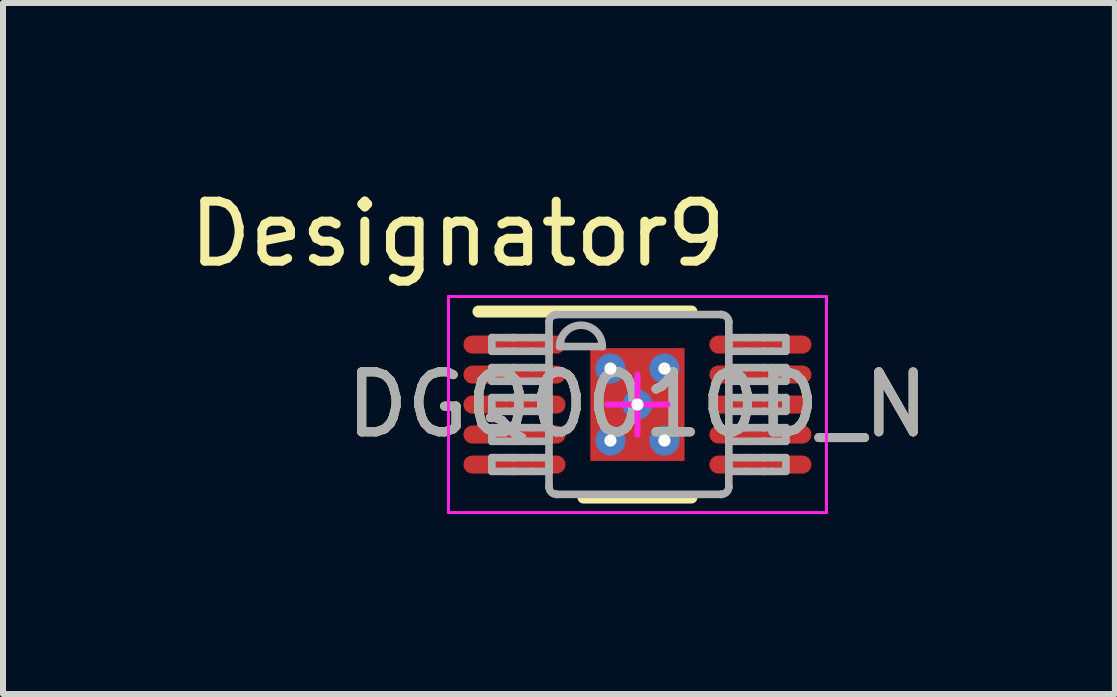
<source format=kicad_pcb>
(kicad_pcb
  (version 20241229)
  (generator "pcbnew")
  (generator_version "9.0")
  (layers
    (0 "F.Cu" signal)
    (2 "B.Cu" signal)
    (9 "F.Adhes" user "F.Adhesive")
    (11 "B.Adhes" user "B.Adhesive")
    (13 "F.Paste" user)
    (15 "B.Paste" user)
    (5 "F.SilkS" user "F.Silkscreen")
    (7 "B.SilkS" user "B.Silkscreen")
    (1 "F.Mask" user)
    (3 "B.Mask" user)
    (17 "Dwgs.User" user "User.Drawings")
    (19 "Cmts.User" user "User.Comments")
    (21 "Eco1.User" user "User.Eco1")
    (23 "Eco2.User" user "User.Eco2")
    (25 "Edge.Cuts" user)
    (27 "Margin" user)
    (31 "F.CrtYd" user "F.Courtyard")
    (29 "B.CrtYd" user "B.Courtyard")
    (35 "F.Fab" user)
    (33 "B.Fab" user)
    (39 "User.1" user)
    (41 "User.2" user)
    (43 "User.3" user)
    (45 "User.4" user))
  (footprint "DGQ0010D_N"
    (layer "F.Cu")
    (at 7.575 3.693)
    (property "Reference" "DGQ0010D_N" (at 0 0 0) (unlocked yes) (layer "F.SilkS") (effects (font (size 1 1) (thickness 0.15))))
    (attr smd)
    (fp_line (start -2.65 -1.55) (end 0.9 -1.55) (stroke (width 0.2) (type solid)) (layer "F.SilkS"))
    (fp_line (start -0.9 1.55) (end 0.9 1.55) (stroke (width 0.2) (type solid)) (layer "F.SilkS"))
    (fp_line (start -3.15 -1.8) (end 3.15 -1.8) (stroke (width 0.05) (type solid)) (layer "F.CrtYd"))
    (fp_line (start -3.15 1.8) (end -3.15 -1.8) (stroke (width 0.05) (type solid)) (layer "F.CrtYd"))
    (fp_line (start -3.15 1.8) (end 3.15 1.8) (stroke (width 0.05) (type solid)) (layer "F.CrtYd"))
    (fp_line (start -0.5 0) (end 0.5 0) (stroke (width 0.1) (type solid)) (layer "F.CrtYd"))
    (fp_line (start 0.000003 0.5) (end 0.000003 -0.5) (stroke (width 0.1) (type solid)) (layer "F.CrtYd"))
    (fp_line (start 3.15 1.8) (end 3.15 -1.8) (stroke (width 0.05) (type solid)) (layer "F.CrtYd"))
    (fp_line (start -2.427 -1.116) (end -2.187 -1.116) (stroke (width 0.127) (type solid)) (layer "F.Fab"))
    (fp_line (start -2.427 -0.888) (end -2.427 -1.116) (stroke (width 0.127) (type solid)) (layer "F.Fab"))
    (fp_line (start -2.427 -0.888) (end -2.187 -0.888) (stroke (width 0.127) (type solid)) (layer "F.Fab"))
    (fp_line (start -2.427 -0.616) (end -2.187 -0.616) (stroke (width 0.127) (type solid)) (layer "F.Fab"))
    (fp_line (start -2.427 -0.388) (end -2.427 -0.616) (stroke (width 0.127) (type solid)) (layer "F.Fab"))
    (fp_line (start -2.427 -0.388) (end -2.187 -0.388) (stroke (width 0.127) (type solid)) (layer "F.Fab"))
    (fp_line (start -2.427 -0.116) (end -2.187 -0.116) (stroke (width 0.127) (type solid)) (layer "F.Fab"))
    (fp_line (start -2.427 0.113) (end -2.427 -0.116) (stroke (width 0.127) (type solid)) (layer "F.Fab"))
    (fp_line (start -2.427 0.113) (end -2.187 0.113) (stroke (width 0.127) (type solid)) (layer "F.Fab"))
    (fp_line (start -2.427 0.385) (end -2.187 0.385) (stroke (width 0.127) (type solid)) (layer "F.Fab"))
    (fp_line (start -2.427 0.613) (end -2.427 0.385) (stroke (width 0.127) (type solid)) (layer "F.Fab"))
    (fp_line (start -2.427 0.613) (end -2.187 0.613) (stroke (width 0.127) (type solid)) (layer "F.Fab"))
    (fp_line (start -2.427 0.885) (end -2.187 0.885) (stroke (width 0.127) (type solid)) (layer "F.Fab"))
    (fp_line (start -2.427 1.114) (end -2.427 0.885) (stroke (width 0.127) (type solid)) (layer "F.Fab"))
    (fp_line (start -2.427 1.114) (end -2.187 1.114) (stroke (width 0.127) (type solid)) (layer "F.Fab"))
    (fp_line (start -2.187 -1.116) (end -2.067 -1.116) (stroke (width 0.127) (type solid)) (layer "F.Fab"))
    (fp_line (start -2.187 -0.888) (end -2.067 -0.888) (stroke (width 0.127) (type solid)) (layer "F.Fab"))
    (fp_line (start -2.187 -0.616) (end -2.067 -0.616) (stroke (width 0.127) (type solid)) (layer "F.Fab"))
    (fp_line (start -2.187 -0.388) (end -2.067 -0.388) (stroke (width 0.127) (type solid)) (layer "F.Fab"))
    (fp_line (start -2.187 -0.116) (end -2.067 -0.116) (stroke (width 0.127) (type solid)) (layer "F.Fab"))
    (fp_line (start -2.187 0.113) (end -2.067 0.113) (stroke (width 0.127) (type solid)) (layer "F.Fab"))
    (fp_line (start -2.187 0.385) (end -2.067 0.385) (stroke (width 0.127) (type solid)) (layer "F.Fab"))
    (fp_line (start -2.187 0.613) (end -2.067 0.613) (stroke (width 0.127) (type solid)) (layer "F.Fab"))
    (fp_line (start -2.187 0.885) (end -2.067 0.885) (stroke (width 0.127) (type solid)) (layer "F.Fab"))
    (fp_line (start -2.187 1.114) (end -2.067 1.114) (stroke (width 0.127) (type solid)) (layer "F.Fab"))
    (fp_line (start -2.067 -1.116) (end -2.064 -1.116) (stroke (width 0.127) (type solid)) (layer "F.Fab"))
    (fp_line (start -2.067 -0.888) (end -2.064 -0.888) (stroke (width 0.127) (type solid)) (layer "F.Fab"))
    (fp_line (start -2.067 -0.616) (end -2.064 -0.616) (stroke (width 0.127) (type solid)) (layer "F.Fab"))
    (fp_line (start -2.067 -0.388) (end -2.064 -0.388) (stroke (width 0.127) (type solid)) (layer "F.Fab"))
    (fp_line (start -2.067 -0.116) (end -2.064 -0.116) (stroke (width 0.127) (type solid)) (layer "F.Fab"))
    (fp_line (start -2.067 0.113) (end -2.064 0.113) (stroke (width 0.127) (type solid)) (layer "F.Fab"))
    (fp_line (start -2.067 0.385) (end -2.064 0.385) (stroke (width 0.127) (type solid)) (layer "F.Fab"))
    (fp_line (start -2.067 0.613) (end -2.064 0.613) (stroke (width 0.127) (type solid)) (layer "F.Fab"))
    (fp_line (start -2.067 0.885) (end -2.064 0.885) (stroke (width 0.127) (type solid)) (layer "F.Fab"))
    (fp_line (start -2.067 1.114) (end -2.064 1.114) (stroke (width 0.127) (type solid)) (layer "F.Fab"))
    (fp_line (start -2.064 -1.116) (end -1.76 -1.116) (stroke (width 0.127) (type solid)) (layer "F.Fab"))
    (fp_line (start -2.064 -0.888) (end -1.76 -0.888) (stroke (width 0.127) (type solid)) (layer "F.Fab"))
    (fp_line (start -2.064 -0.616) (end -1.76 -0.616) (stroke (width 0.127) (type solid)) (layer "F.Fab"))
    (fp_line (start -2.064 -0.388) (end -1.76 -0.388) (stroke (width 0.127) (type solid)) (layer "F.Fab"))
    (fp_line (start -2.064 -0.116) (end -1.76 -0.116) (stroke (width 0.127) (type solid)) (layer "F.Fab"))
    (fp_line (start -2.064 0.113) (end -1.76 0.113) (stroke (width 0.127) (type solid)) (layer "F.Fab"))
    (fp_line (start -2.064 0.385) (end -1.76 0.385) (stroke (width 0.127) (type solid)) (layer "F.Fab"))
    (fp_line (start -2.064 0.613) (end -1.76 0.613) (stroke (width 0.127) (type solid)) (layer "F.Fab"))
    (fp_line (start -2.064 0.885) (end -1.76 0.885) (stroke (width 0.127) (type solid)) (layer "F.Fab"))
    (fp_line (start -2.064 1.114) (end -1.76 1.114) (stroke (width 0.127) (type solid)) (layer "F.Fab"))
    (fp_line (start -1.76 -1.116) (end -1.474 -1.116) (stroke (width 0.127) (type solid)) (layer "F.Fab"))
    (fp_line (start -1.76 -0.888) (end -1.474 -0.888) (stroke (width 0.127) (type solid)) (layer "F.Fab"))
    (fp_line (start -1.76 -0.616) (end -1.474 -0.616) (stroke (width 0.127) (type solid)) (layer "F.Fab"))
    (fp_line (start -1.76 -0.388) (end -1.474 -0.388) (stroke (width 0.127) (type solid)) (layer "F.Fab"))
    (fp_line (start -1.76 -0.116) (end -1.474 -0.116) (stroke (width 0.127) (type solid)) (layer "F.Fab"))
    (fp_line (start -1.76 0.113) (end -1.474 0.113) (stroke (width 0.127) (type solid)) (layer "F.Fab"))
    (fp_line (start -1.76 0.385) (end -1.474 0.385) (stroke (width 0.127) (type solid)) (layer "F.Fab"))
    (fp_line (start -1.76 0.613) (end -1.474 0.613) (stroke (width 0.127) (type solid)) (layer "F.Fab"))
    (fp_line (start -1.76 0.885) (end -1.474 0.885) (stroke (width 0.127) (type solid)) (layer "F.Fab"))
    (fp_line (start -1.76 1.114) (end -1.474 1.114) (stroke (width 0.127) (type solid)) (layer "F.Fab"))
    (fp_line (start -1.474 -1.373) (end -1.474 -1.376) (stroke (width 0.127) (type solid)) (layer "F.Fab"))
    (fp_line (start -1.474 -0.888) (end -1.474 -1.116) (stroke (width 0.127) (type solid)) (layer "F.Fab"))
    (fp_line (start -1.474 -0.388) (end -1.474 -0.616) (stroke (width 0.127) (type solid)) (layer "F.Fab"))
    (fp_line (start -1.474 0.113) (end -1.474 -0.116) (stroke (width 0.127) (type solid)) (layer "F.Fab"))
    (fp_line (start -1.474 0.613) (end -1.474 0.385) (stroke (width 0.127) (type solid)) (layer "F.Fab"))
    (fp_line (start -1.474 1.114) (end -1.474 0.885) (stroke (width 0.127) (type solid)) (layer "F.Fab"))
    (fp_line (start -1.474 1.37) (end -1.474 -1.373) (stroke (width 0.127) (type solid)) (layer "F.Fab"))
    (fp_line (start -1.474 1.37) (end -1.474 1.373) (stroke (width 0.127) (type solid)) (layer "F.Fab"))
    (fp_line (start -1.35 -1.5) (end -1.347 -1.5) (stroke (width 0.127) (type solid)) (layer "F.Fab"))
    (fp_line (start -1.35 1.497) (end -1.347 1.497) (stroke (width 0.127) (type solid)) (layer "F.Fab"))
    (fp_line (start -1.347 -1.5) (end 1.396 -1.5) (stroke (width 0.127) (type solid)) (layer "F.Fab"))
    (fp_line (start -1.347 1.497) (end 1.396 1.497) (stroke (width 0.127) (type solid)) (layer "F.Fab"))
    (fp_line (start -1.296 -0.967) (end -0.585 -0.967) (stroke (width 0.127) (type solid)) (layer "F.Fab"))
    (fp_line (start 1.396 -1.5) (end 1.399 -1.5) (stroke (width 0.127) (type solid)) (layer "F.Fab"))
    (fp_line (start 1.396 1.497) (end 1.399 1.497) (stroke (width 0.127) (type solid)) (layer "F.Fab"))
    (fp_line (start 1.523 -1.376) (end 1.523 -1.373) (stroke (width 0.127) (type solid)) (layer "F.Fab"))
    (fp_line (start 1.523 1.373) (end 1.523 1.37) (stroke (width 0.127) (type solid)) (layer "F.Fab"))
    (fp_line (start 1.523 -1.116) (end 1.809 -1.116) (stroke (width 0.127) (type solid)) (layer "F.Fab"))
    (fp_line (start 1.523 -0.888) (end 1.523 -1.116) (stroke (width 0.127) (type solid)) (layer "F.Fab"))
    (fp_line (start 1.523 -0.888) (end 1.809 -0.888) (stroke (width 0.127) (type solid)) (layer "F.Fab"))
    (fp_line (start 1.523 -0.616) (end 1.809 -0.616) (stroke (width 0.127) (type solid)) (layer "F.Fab"))
    (fp_line (start 1.523 -0.388) (end 1.523 -0.616) (stroke (width 0.127) (type solid)) (layer "F.Fab"))
    (fp_line (start 1.523 -0.388) (end 1.809 -0.388) (stroke (width 0.127) (type solid)) (layer "F.Fab"))
    (fp_line (start 1.523 -0.116) (end 1.809 -0.116) (stroke (width 0.127) (type solid)) (layer "F.Fab"))
    (fp_line (start 1.523 0.113) (end 1.523 -0.116) (stroke (width 0.127) (type solid)) (layer "F.Fab"))
    (fp_line (start 1.523 0.113) (end 1.809 0.113) (stroke (width 0.127) (type solid)) (layer "F.Fab"))
    (fp_line (start 1.523 0.385) (end 1.809 0.385) (stroke (width 0.127) (type solid)) (layer "F.Fab"))
    (fp_line (start 1.523 0.613) (end 1.523 0.385) (stroke (width 0.127) (type solid)) (layer "F.Fab"))
    (fp_line (start 1.523 0.613) (end 1.809 0.613) (stroke (width 0.127) (type solid)) (layer "F.Fab"))
    (fp_line (start 1.523 0.885) (end 1.809 0.885) (stroke (width 0.127) (type solid)) (layer "F.Fab"))
    (fp_line (start 1.523 1.114) (end 1.523 0.885) (stroke (width 0.127) (type solid)) (layer "F.Fab"))
    (fp_line (start 1.523 1.114) (end 1.809 1.114) (stroke (width 0.127) (type solid)) (layer "F.Fab"))
    (fp_line (start 1.523 1.37) (end 1.523 -1.373) (stroke (width 0.127) (type solid)) (layer "F.Fab"))
    (fp_line (start 1.809 -1.116) (end 2.113 -1.116) (stroke (width 0.127) (type solid)) (layer "F.Fab"))
    (fp_line (start 1.809 -0.888) (end 2.113 -0.888) (stroke (width 0.127) (type solid)) (layer "F.Fab"))
    (fp_line (start 1.809 -0.616) (end 2.113 -0.616) (stroke (width 0.127) (type solid)) (layer "F.Fab"))
    (fp_line (start 1.809 -0.388) (end 2.113 -0.388) (stroke (width 0.127) (type solid)) (layer "F.Fab"))
    (fp_line (start 1.809 -0.116) (end 2.113 -0.116) (stroke (width 0.127) (type solid)) (layer "F.Fab"))
    (fp_line (start 1.809 0.113) (end 2.113 0.113) (stroke (width 0.127) (type solid)) (layer "F.Fab"))
    (fp_line (start 1.809 0.385) (end 2.113 0.385) (stroke (width 0.127) (type solid)) (layer "F.Fab"))
    (fp_line (start 1.809 0.613) (end 2.113 0.613) (stroke (width 0.127) (type solid)) (layer "F.Fab"))
    (fp_line (start 1.809 0.885) (end 2.113 0.885) (stroke (width 0.127) (type solid)) (layer "F.Fab"))
    (fp_line (start 1.809 1.114) (end 2.113 1.114) (stroke (width 0.127) (type solid)) (layer "F.Fab"))
    (fp_line (start 2.113 -1.116) (end 2.116 -1.116) (stroke (width 0.127) (type solid)) (layer "F.Fab"))
    (fp_line (start 2.113 -0.888) (end 2.116 -0.888) (stroke (width 0.127) (type solid)) (layer "F.Fab"))
    (fp_line (start 2.113 -0.616) (end 2.116 -0.616) (stroke (width 0.127) (type solid)) (layer "F.Fab"))
    (fp_line (start 2.113 -0.388) (end 2.116 -0.388) (stroke (width 0.127) (type solid)) (layer "F.Fab"))
    (fp_line (start 2.113 -0.116) (end 2.116 -0.116) (stroke (width 0.127) (type solid)) (layer "F.Fab"))
    (fp_line (start 2.113 0.113) (end 2.116 0.113) (stroke (width 0.127) (type solid)) (layer "F.Fab"))
    (fp_line (start 2.113 0.385) (end 2.116 0.385) (stroke (width 0.127) (type solid)) (layer "F.Fab"))
    (fp_line (start 2.113 0.613) (end 2.116 0.613) (stroke (width 0.127) (type solid)) (layer "F.Fab"))
    (fp_line (start 2.113 0.885) (end 2.116 0.885) (stroke (width 0.127) (type solid)) (layer "F.Fab"))
    (fp_line (start 2.113 1.114) (end 2.116 1.114) (stroke (width 0.127) (type solid)) (layer "F.Fab"))
    (fp_line (start 2.116 -1.116) (end 2.236 -1.116) (stroke (width 0.127) (type solid)) (layer "F.Fab"))
    (fp_line (start 2.116 -0.888) (end 2.236 -0.888) (stroke (width 0.127) (type solid)) (layer "F.Fab"))
    (fp_line (start 2.116 -0.616) (end 2.236 -0.616) (stroke (width 0.127) (type solid)) (layer "F.Fab"))
    (fp_line (start 2.116 -0.388) (end 2.236 -0.388) (stroke (width 0.127) (type solid)) (layer "F.Fab"))
    (fp_line (start 2.116 -0.116) (end 2.236 -0.116) (stroke (width 0.127) (type solid)) (layer "F.Fab"))
    (fp_line (start 2.116 0.113) (end 2.236 0.113) (stroke (width 0.127) (type solid)) (layer "F.Fab"))
    (fp_line (start 2.116 0.385) (end 2.236 0.385) (stroke (width 0.127) (type solid)) (layer "F.Fab"))
    (fp_line (start 2.116 0.613) (end 2.236 0.613) (stroke (width 0.127) (type solid)) (layer "F.Fab"))
    (fp_line (start 2.116 0.885) (end 2.236 0.885) (stroke (width 0.127) (type solid)) (layer "F.Fab"))
    (fp_line (start 2.116 1.114) (end 2.236 1.114) (stroke (width 0.127) (type solid)) (layer "F.Fab"))
    (fp_line (start 2.236 -1.116) (end 2.475 -1.116) (stroke (width 0.127) (type solid)) (layer "F.Fab"))
    (fp_line (start 2.236 -0.888) (end 2.475 -0.888) (stroke (width 0.127) (type solid)) (layer "F.Fab"))
    (fp_line (start 2.236 -0.616) (end 2.475 -0.616) (stroke (width 0.127) (type solid)) (layer "F.Fab"))
    (fp_line (start 2.236 -0.388) (end 2.475 -0.388) (stroke (width 0.127) (type solid)) (layer "F.Fab"))
    (fp_line (start 2.236 -0.116) (end 2.475 -0.116) (stroke (width 0.127) (type solid)) (layer "F.Fab"))
    (fp_line (start 2.236 0.113) (end 2.475 0.113) (stroke (width 0.127) (type solid)) (layer "F.Fab"))
    (fp_line (start 2.236 0.385) (end 2.475 0.385) (stroke (width 0.127) (type solid)) (layer "F.Fab"))
    (fp_line (start 2.236 0.613) (end 2.475 0.613) (stroke (width 0.127) (type solid)) (layer "F.Fab"))
    (fp_line (start 2.236 0.885) (end 2.475 0.885) (stroke (width 0.127) (type solid)) (layer "F.Fab"))
    (fp_line (start 2.236 1.114) (end 2.475 1.114) (stroke (width 0.127) (type solid)) (layer "F.Fab"))
    (fp_line (start 2.475 -0.888) (end 2.475 -1.116) (stroke (width 0.127) (type solid)) (layer "F.Fab"))
    (fp_line (start 2.475 -0.388) (end 2.475 -0.616) (stroke (width 0.127) (type solid)) (layer "F.Fab"))
    (fp_line (start 2.475 0.113) (end 2.475 -0.116) (stroke (width 0.127) (type solid)) (layer "F.Fab"))
    (fp_line (start 2.475 0.613) (end 2.475 0.385) (stroke (width 0.127) (type solid)) (layer "F.Fab"))
    (fp_line (start 2.475 1.114) (end 2.475 0.885) (stroke (width 0.127) (type solid)) (layer "F.Fab"))
    (fp_arc (start -1.474232 -1.375768) (mid -1.437062 -1.46283) (end -1.35 -1.5) (stroke (width 0.127) (type solid)) (layer "F.Fab"))
    (fp_arc (start -1.35 1.49715) (mid -1.437062 1.45998) (end -1.474232 1.372918) (stroke (width 0.127) (type solid)) (layer "F.Fab"))
    (fp_arc (start -1.296457 -0.966625) (mid -0.940857 -1.322225) (end -0.585257 -0.966625) (stroke (width 0.127) (type solid)) (layer "F.Fab"))
    (fp_arc (start 1.398686 -1.5) (mid 1.485749 -1.46283) (end 1.522919 -1.375768) (stroke (width 0.127) (type solid)) (layer "F.Fab"))
    (fp_arc (start 1.522919 1.372918) (mid 1.485749 1.45998) (end 1.398686 1.49715) (stroke (width 0.127) (type solid)) (layer "F.Fab"))
    (fp_text user "Designator9" (at -2.997 -2.845 0) (unlocked yes) (layer "F.SilkS") (effects (font (size 1 1) (thickness 0.15))))
    (fp_text user "${REFERENCE}" (at 0 0 0) (unlocked yes) (layer "F.Fab") (effects (font (size 1 1) (thickness 0.15))))
    (pad "1" smd oval (at -2.05 -1 90) (size 0.3 1.7) (layers "F.Cu" "F.Mask" "F.Paste"))
    (pad "2" smd oval (at -2.05 -0.5 90) (size 0.3 1.7) (layers "F.Cu" "F.Mask" "F.Paste"))
    (pad "3" smd oval (at -2.05 0 90) (size 0.3 1.7) (layers "F.Cu" "F.Mask" "F.Paste"))
    (pad "4" smd oval (at -2.05 0.5 90) (size 0.3 1.7) (layers "F.Cu" "F.Mask" "F.Paste"))
    (pad "5" smd oval (at -2.05 1 90) (size 0.3 1.7) (layers "F.Cu" "F.Mask" "F.Paste"))
    (pad "6" smd oval (at 2.05 1 90) (size 0.3 1.7) (layers "F.Cu" "F.Mask" "F.Paste"))
    (pad "7" smd oval (at 2.05 0.5 90) (size 0.3 1.7) (layers "F.Cu" "F.Mask" "F.Paste"))
    (pad "8" smd oval (at 2.05 0 90) (size 0.3 1.7) (layers "F.Cu" "F.Mask" "F.Paste"))
    (pad "9" smd oval (at 2.05 -0.5 90) (size 0.3 1.7) (layers "F.Cu" "F.Mask" "F.Paste"))
    (pad "10" smd oval (at 2.05 -1 90) (size 0.3 1.7) (layers "F.Cu" "F.Mask" "F.Paste"))
    (pad "11" smd rect (at 0 0) (size 1.57 1.88) (layers "F.Cu" "F.Mask" "F.Paste"))
    (pad "V" thru_hole circle (at -0.45 -0.6) (size 0.5 0.5) (drill 0.203) (layers "*.Cu" "*.Mask"))
    (pad "V" thru_hole circle (at -0.45 0.6) (size 0.5 0.5) (drill 0.203) (layers "*.Cu" "*.Mask"))
    (pad "V" thru_hole circle (at 0 0) (size 0.5 0.5) (drill 0.203) (layers "*.Cu" "*.Mask"))
    (pad "V" thru_hole circle (at 0.45 -0.6) (size 0.5 0.5) (drill 0.203) (layers "*.Cu" "*.Mask"))
    (pad "V" thru_hole circle (at 0.45 0.6) (size 0.5 0.5) (drill 0.203) (layers "*.Cu" "*.Mask")))
  (gr_rect
    (start -3 -3)
    (end 15.533 8.518)
    (stroke (width 0.1) (type default))
    (fill no)
    (layer "Edge.Cuts")))
</source>
